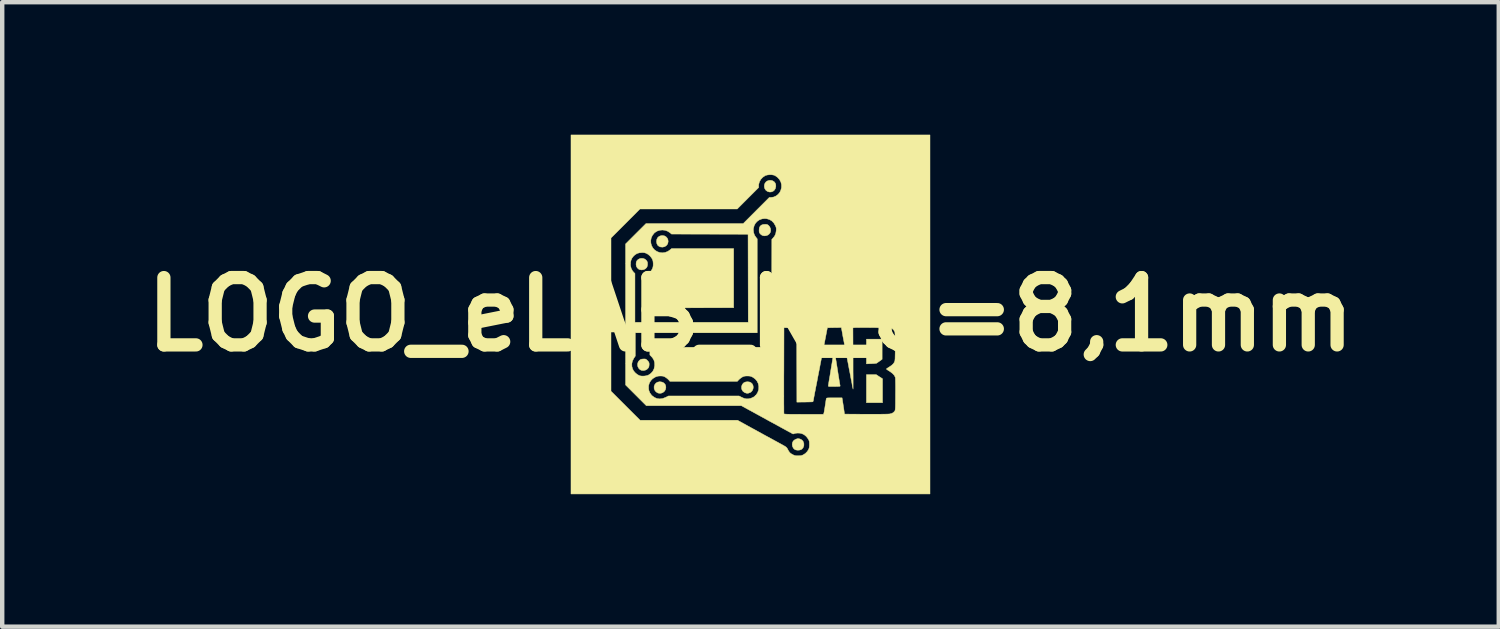
<source format=kicad_pcb>
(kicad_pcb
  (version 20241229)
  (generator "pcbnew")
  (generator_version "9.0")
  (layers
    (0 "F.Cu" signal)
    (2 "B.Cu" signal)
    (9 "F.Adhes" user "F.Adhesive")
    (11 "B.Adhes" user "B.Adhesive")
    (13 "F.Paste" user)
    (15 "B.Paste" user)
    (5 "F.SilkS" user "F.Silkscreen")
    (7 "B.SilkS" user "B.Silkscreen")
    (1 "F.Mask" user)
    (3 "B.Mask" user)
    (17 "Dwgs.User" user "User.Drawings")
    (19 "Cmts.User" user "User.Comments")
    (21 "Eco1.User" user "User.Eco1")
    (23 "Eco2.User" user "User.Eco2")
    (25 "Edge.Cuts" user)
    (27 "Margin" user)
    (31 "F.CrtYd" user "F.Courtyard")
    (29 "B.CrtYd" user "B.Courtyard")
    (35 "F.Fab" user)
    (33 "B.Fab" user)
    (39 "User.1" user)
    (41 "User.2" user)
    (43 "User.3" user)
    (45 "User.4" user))
  (footprint "LOGO_eLAB_N_c=8,1mm"
    (layer "F.Cu")
    (at 13.941 4.069)
    (property "Reference" "LOGO_eLAB_N_c=8,1mm" (at 0 0 0) (layer "F.SilkS") (effects (font (size 1.524 1.524) (thickness 0.3))))
    (attr through_hole)
    (fp_poly (pts (xy 2.918 1.41) (xy 2.989 1.456) (xy 2.989 1.998) (xy 2.625 1.998) (xy 2.625 1.363) (xy 2.847 1.363) (xy 2.918 1.41)) (stroke (width 0.01) (type solid)) (fill yes) (layer "F.SilkS"))
    (fp_poly (pts (xy 2.98 1.015) (xy 2.923 1.056) (xy 2.895 1.076) (xy 2.872 1.092) (xy 2.858 1.102) (xy 2.856 1.103) (xy 2.844 1.106) (xy 2.819 1.109) (xy 2.784 1.112) (xy 2.742 1.114) (xy 2.735 1.114) (xy 2.625 1.119) (xy 2.625 0.559) (xy 2.98 0.559) (xy 2.98 1.015)) (stroke (width 0.01) (type solid)) (fill yes) (layer "F.SilkS"))
    (fp_poly (pts (xy -2.001 1.531) (xy -1.962 1.551) (xy -1.933 1.582) (xy -1.918 1.621) (xy -1.916 1.661) (xy -1.927 1.706) (xy -1.951 1.742) (xy -1.985 1.769) (xy -2.024 1.783) (xy -2.068 1.785) (xy -2.104 1.775) (xy -2.142 1.749) (xy -2.168 1.714) (xy -2.182 1.674) (xy -2.182 1.63) (xy -2.169 1.592) (xy -2.141 1.555) (xy -2.105 1.533) (xy -2.059 1.524) (xy -2.049 1.524) (xy -2.001 1.531)) (stroke (width 0.01) (type solid)) (fill yes) (layer "F.SilkS"))
    (fp_poly (pts (xy -1.948 -1.779) (xy -1.912 -1.758) (xy -1.885 -1.728) (xy -1.868 -1.69) (xy -1.864 -1.649) (xy -1.873 -1.606) (xy -1.882 -1.588) (xy -1.91 -1.555) (xy -1.948 -1.533) (xy -1.991 -1.524) (xy -2.036 -1.528) (xy -2.066 -1.539) (xy -2.099 -1.564) (xy -2.119 -1.601) (xy -2.127 -1.649) (xy -2.127 -1.655) (xy -2.12 -1.703) (xy -2.1 -1.741) (xy -2.067 -1.769) (xy -2.024 -1.784) (xy -1.992 -1.786) (xy -1.948 -1.779)) (stroke (width 0.01) (type solid)) (fill yes) (layer "F.SilkS"))
    (fp_poly (pts (xy 0.504 -3.025) (xy 0.539 -3.002) (xy 0.561 -2.972) (xy 0.572 -2.94) (xy 0.574 -2.9) (xy 0.573 -2.897) (xy 0.563 -2.851) (xy 0.54 -2.813) (xy 0.508 -2.787) (xy 0.468 -2.773) (xy 0.425 -2.772) (xy 0.381 -2.787) (xy 0.347 -2.813) (xy 0.324 -2.848) (xy 0.313 -2.888) (xy 0.314 -2.93) (xy 0.327 -2.969) (xy 0.352 -3.002) (xy 0.377 -3.02) (xy 0.419 -3.035) (xy 0.462 -3.037) (xy 0.504 -3.025)) (stroke (width 0.01) (type solid)) (fill yes) (layer "F.SilkS"))
    (fp_poly (pts (xy -2.412 -1.263) (xy -2.374 -1.241) (xy -2.345 -1.209) (xy -2.332 -1.176) (xy -2.33 -1.135) (xy -2.336 -1.095) (xy -2.351 -1.061) (xy -2.352 -1.061) (xy -2.382 -1.032) (xy -2.421 -1.014) (xy -2.464 -1.008) (xy -2.506 -1.014) (xy -2.529 -1.024) (xy -2.564 -1.055) (xy -2.585 -1.094) (xy -2.591 -1.135) (xy -2.587 -1.18) (xy -2.574 -1.213) (xy -2.549 -1.24) (xy -2.541 -1.247) (xy -2.5 -1.266) (xy -2.456 -1.271) (xy -2.412 -1.263)) (stroke (width 0.01) (type solid)) (fill yes) (layer "F.SilkS"))
    (fp_poly (pts (xy -0.025 1.529) (xy 0.006 1.541) (xy 0.037 1.568) (xy 0.056 1.604) (xy 0.063 1.644) (xy 0.058 1.685) (xy 0.042 1.722) (xy 0.015 1.754) (xy -0.012 1.77) (xy -0.054 1.784) (xy -0.093 1.783) (xy -0.135 1.768) (xy -0.135 1.767) (xy -0.17 1.741) (xy -0.193 1.706) (xy -0.203 1.667) (xy -0.201 1.626) (xy -0.187 1.587) (xy -0.16 1.554) (xy -0.142 1.541) (xy -0.107 1.528) (xy -0.066 1.524) (xy -0.025 1.529)) (stroke (width 0.01) (type solid)) (fill yes) (layer "F.SilkS"))
    (fp_poly (pts (xy 1.12 2.819) (xy 1.158 2.838) (xy 1.187 2.866) (xy 1.193 2.878) (xy 1.209 2.925) (xy 1.208 2.971) (xy 1.192 3.015) (xy 1.165 3.048) (xy 1.138 3.063) (xy 1.102 3.072) (xy 1.062 3.073) (xy 1.025 3.067) (xy 1.002 3.057) (xy 0.972 3.029) (xy 0.953 2.992) (xy 0.944 2.95) (xy 0.948 2.908) (xy 0.965 2.871) (xy 0.965 2.87) (xy 0.992 2.844) (xy 1.028 2.824) (xy 1.065 2.812) (xy 1.08 2.811) (xy 1.12 2.819)) (stroke (width 0.01) (type solid)) (fill yes) (layer "F.SilkS"))
    (fp_poly (pts (xy 0.361 -2.039) (xy 0.382 -2.034) (xy 0.401 -2.022) (xy 0.407 -2.018) (xy 0.436 -1.983) (xy 0.453 -1.941) (xy 0.457 -1.897) (xy 0.45 -1.861) (xy 0.427 -1.825) (xy 0.394 -1.798) (xy 0.353 -1.783) (xy 0.309 -1.779) (xy 0.266 -1.79) (xy 0.244 -1.804) (xy 0.221 -1.824) (xy 0.218 -1.828) (xy 0.204 -1.847) (xy 0.197 -1.866) (xy 0.195 -1.893) (xy 0.195 -1.908) (xy 0.2 -1.958) (xy 0.217 -1.996) (xy 0.245 -2.022) (xy 0.286 -2.037) (xy 0.329 -2.04) (xy 0.361 -2.039)) (stroke (width 0.01) (type solid)) (fill yes) (layer "F.SilkS"))
    (fp_poly (pts (xy -2.39 1.008) (xy -2.371 1.012) (xy -2.354 1.023) (xy -2.334 1.042) (xy -2.331 1.046) (xy -2.311 1.068) (xy -2.3 1.086) (xy -2.295 1.105) (xy -2.294 1.133) (xy -2.294 1.133) (xy -2.297 1.17) (xy -2.305 1.196) (xy -2.314 1.211) (xy -2.344 1.242) (xy -2.383 1.262) (xy -2.426 1.27) (xy -2.468 1.265) (xy -2.499 1.251) (xy -2.53 1.22) (xy -2.55 1.182) (xy -2.557 1.141) (xy -2.552 1.099) (xy -2.534 1.061) (xy -2.504 1.03) (xy -2.496 1.024) (xy -2.465 1.012) (xy -2.424 1.008) (xy -2.418 1.008) (xy -2.39 1.008)) (stroke (width 0.01) (type solid)) (fill yes) (layer "F.SilkS"))
    (fp_poly (pts (xy 1.898 0.813) (xy 1.901 0.827) (xy 1.906 0.855) (xy 1.912 0.895) (xy 1.92 0.944) (xy 1.929 1) (xy 1.939 1.058) (xy 1.958 1.178) (xy 1.975 1.285) (xy 1.989 1.377) (xy 2.002 1.455) (xy 2.012 1.518) (xy 2.02 1.566) (xy 2.026 1.597) (xy 2.029 1.613) (xy 2.029 1.613) (xy 2.029 1.619) (xy 2.027 1.624) (xy 2.018 1.627) (xy 2.001 1.629) (xy 1.974 1.63) (xy 1.934 1.631) (xy 1.897 1.632) (xy 1.845 1.632) (xy 1.809 1.632) (xy 1.784 1.631) (xy 1.77 1.628) (xy 1.763 1.625) (xy 1.761 1.621) (xy 1.762 1.608) (xy 1.766 1.582) (xy 1.772 1.546) (xy 1.779 1.501) (xy 1.786 1.458) (xy 1.797 1.397) (xy 1.808 1.331) (xy 1.819 1.26) (xy 1.831 1.188) (xy 1.843 1.117) (xy 1.854 1.048) (xy 1.864 0.984) (xy 1.873 0.928) (xy 1.881 0.88) (xy 1.886 0.844) (xy 1.89 0.822) (xy 1.89 0.817) (xy 1.893 0.8) (xy 1.895 0.8) (xy 1.898 0.813)) (stroke (width 0.01) (type solid)) (fill yes) (layer "F.SilkS"))
    (fp_poly (pts (xy 4.064 4.064) (xy -4.064 4.064) (xy -4.064 -1.731) (xy -3.158 -1.731) (xy -3.158 1.737) (xy -2.828 2.067) (xy -2.498 2.396) (xy -0.292 2.396) (xy -0.144 2.477) (xy -0.002 2.556) (xy 0.154 2.641) (xy 0.319 2.732) (xy 0.494 2.827) (xy 0.675 2.926) (xy 0.724 2.953) (xy 0.763 2.975) (xy 0.79 2.991) (xy 0.808 3.005) (xy 0.822 3.019) (xy 0.833 3.035) (xy 0.844 3.056) (xy 0.867 3.097) (xy 0.889 3.127) (xy 0.916 3.15) (xy 0.952 3.171) (xy 0.96 3.175) (xy 0.989 3.189) (xy 1.015 3.196) (xy 1.044 3.2) (xy 1.079 3.2) (xy 1.12 3.199) (xy 1.152 3.194) (xy 1.181 3.184) (xy 1.19 3.18) (xy 1.243 3.147) (xy 1.287 3.101) (xy 1.314 3.058) (xy 1.324 3.034) (xy 1.33 3.009) (xy 1.333 2.977) (xy 1.334 2.942) (xy 1.333 2.904) (xy 1.331 2.878) (xy 1.326 2.858) (xy 1.316 2.837) (xy 1.304 2.816) (xy 1.264 2.763) (xy 1.216 2.723) (xy 1.168 2.7) (xy 1.121 2.688) (xy 1.068 2.685) (xy 1.019 2.69) (xy 0.997 2.696) (xy 0.965 2.707) (xy 0.755 2.593) (xy 0.688 2.556) (xy 0.613 2.515) (xy 0.537 2.473) (xy 0.462 2.433) (xy 0.395 2.396) (xy 0.364 2.379) (xy 0.301 2.344) (xy 0.228 2.304) (xy 0.151 2.262) (xy 0.075 2.22) (xy 0.006 2.182) (xy -0.012 2.173) (xy -0.206 2.066) (xy -2.358 2.066) (xy -2.593 1.831) (xy -2.761 1.663) (xy -2.309 1.663) (xy -2.3 1.722) (xy -2.277 1.777) (xy -2.24 1.828) (xy -2.23 1.838) (xy -2.175 1.879) (xy -2.117 1.904) (xy -2.055 1.912) (xy -1.991 1.904) (xy -1.924 1.879) (xy -1.92 1.877) (xy -1.858 1.846) (xy -0.258 1.846) (xy -0.197 1.877) (xy -0.141 1.901) (xy -0.091 1.911) (xy -0.042 1.91) (xy 0.013 1.897) (xy 0.014 1.896) (xy 0.073 1.869) (xy 0.121 1.828) (xy 0.158 1.777) (xy 0.17 1.745) (xy 0.755 1.745) (xy 0.755 1.847) (xy 0.755 1.94) (xy 0.755 2.022) (xy 0.756 2.094) (xy 0.756 2.153) (xy 0.756 2.2) (xy 0.757 2.232) (xy 0.757 2.248) (xy 0.757 2.25) (xy 0.762 2.252) (xy 0.774 2.255) (xy 0.794 2.256) (xy 0.824 2.258) (xy 0.866 2.259) (xy 0.919 2.26) (xy 0.985 2.26) (xy 1.065 2.26) (xy 1.161 2.261) (xy 1.206 2.261) (xy 1.651 2.261) (xy 1.659 2.242) (xy 1.663 2.227) (xy 1.669 2.199) (xy 1.675 2.161) (xy 1.683 2.115) (xy 1.689 2.074) (xy 1.697 2.025) (xy 1.704 1.98) (xy 1.709 1.943) (xy 1.714 1.918) (xy 1.716 1.907) (xy 1.718 1.901) (xy 1.722 1.896) (xy 1.729 1.893) (xy 1.743 1.89) (xy 1.766 1.889) (xy 1.799 1.888) (xy 1.844 1.888) (xy 1.897 1.888) (xy 2.073 1.888) (xy 2.083 1.946) (xy 2.087 1.976) (xy 2.094 2.018) (xy 2.101 2.066) (xy 2.109 2.117) (xy 2.111 2.13) (xy 2.129 2.256) (xy 2.612 2.259) (xy 2.716 2.259) (xy 2.812 2.259) (xy 2.899 2.259) (xy 2.975 2.258) (xy 3.04 2.257) (xy 3.091 2.256) (xy 3.128 2.254) (xy 3.149 2.253) (xy 3.149 2.253) (xy 3.194 2.242) (xy 3.228 2.225) (xy 3.256 2.199) (xy 3.263 2.19) (xy 3.268 2.183) (xy 3.271 2.176) (xy 3.274 2.166) (xy 3.276 2.152) (xy 3.278 2.131) (xy 3.28 2.104) (xy 3.281 2.067) (xy 3.282 2.019) (xy 3.282 1.959) (xy 3.283 1.885) (xy 3.283 1.809) (xy 3.284 1.71) (xy 3.284 1.624) (xy 3.283 1.553) (xy 3.282 1.496) (xy 3.281 1.454) (xy 3.279 1.429) (xy 3.277 1.422) (xy 3.257 1.381) (xy 3.221 1.34) (xy 3.168 1.299) (xy 3.142 1.282) (xy 3.113 1.264) (xy 3.09 1.248) (xy 3.078 1.237) (xy 3.076 1.234) (xy 3.083 1.228) (xy 3.102 1.214) (xy 3.129 1.197) (xy 3.149 1.184) (xy 3.197 1.151) (xy 3.23 1.12) (xy 3.253 1.088) (xy 3.268 1.052) (xy 3.268 1.051) (xy 3.27 1.033) (xy 3.273 1.002) (xy 3.274 0.958) (xy 3.275 0.905) (xy 3.276 0.845) (xy 3.277 0.78) (xy 3.277 0.714) (xy 3.276 0.648) (xy 3.276 0.585) (xy 3.275 0.526) (xy 3.273 0.476) (xy 3.271 0.436) (xy 3.269 0.408) (xy 3.267 0.397) (xy 3.244 0.355) (xy 3.208 0.321) (xy 3.196 0.315) (xy 3.189 0.311) (xy 3.178 0.309) (xy 3.163 0.306) (xy 3.142 0.304) (xy 3.114 0.303) (xy 3.077 0.302) (xy 3.029 0.3) (xy 2.97 0.3) (xy 2.897 0.299) (xy 2.809 0.298) (xy 2.765 0.298) (xy 2.683 0.297) (xy 2.606 0.297) (xy 2.535 0.297) (xy 2.473 0.297) (xy 2.42 0.298) (xy 2.379 0.298) (xy 2.352 0.299) (xy 2.339 0.3) (xy 2.319 0.305) (xy 2.322 0.999) (xy 2.322 1.105) (xy 2.322 1.207) (xy 2.322 1.302) (xy 2.323 1.39) (xy 2.323 1.469) (xy 2.323 1.538) (xy 2.323 1.595) (xy 2.323 1.641) (xy 2.323 1.672) (xy 2.322 1.688) (xy 2.322 1.69) (xy 2.32 1.682) (xy 2.316 1.66) (xy 2.31 1.631) (xy 2.308 1.621) (xy 2.304 1.603) (xy 2.3 1.582) (xy 2.296 1.556) (xy 2.29 1.525) (xy 2.282 1.486) (xy 2.273 1.439) (xy 2.263 1.383) (xy 2.25 1.316) (xy 2.234 1.236) (xy 2.217 1.143) (xy 2.196 1.034) (xy 2.188 0.995) (xy 2.175 0.927) (xy 2.161 0.854) (xy 2.147 0.781) (xy 2.134 0.713) (xy 2.123 0.656) (xy 2.121 0.643) (xy 2.111 0.591) (xy 2.101 0.54) (xy 2.092 0.494) (xy 2.086 0.458) (xy 2.083 0.44) (xy 2.076 0.402) (xy 2.069 0.363) (xy 2.065 0.341) (xy 2.056 0.296) (xy 1.898 0.298) (xy 1.741 0.301) (xy 1.721 0.402) (xy 1.704 0.493) (xy 1.685 0.589) (xy 1.666 0.688) (xy 1.647 0.785) (xy 1.629 0.877) (xy 1.613 0.958) (xy 1.604 1.003) (xy 1.594 1.056) (xy 1.581 1.12) (xy 1.568 1.191) (xy 1.554 1.264) (xy 1.54 1.333) (xy 1.537 1.35) (xy 1.523 1.42) (xy 1.509 1.497) (xy 1.494 1.575) (xy 1.479 1.649) (xy 1.467 1.713) (xy 1.465 1.723) (xy 1.454 1.777) (xy 1.445 1.829) (xy 1.436 1.874) (xy 1.43 1.909) (xy 1.426 1.932) (xy 1.426 1.933) (xy 1.421 1.958) (xy 1.414 1.974) (xy 1.411 1.977) (xy 1.4 1.979) (xy 1.374 1.98) (xy 1.338 1.981) (xy 1.292 1.982) (xy 1.24 1.983) (xy 1.226 1.983) (xy 1.05 1.985) (xy 1.048 1.143) (xy 1.046 0.301) (xy 0.758 0.301) (xy 0.756 1.27) (xy 0.755 1.397) (xy 0.755 1.519) (xy 0.755 1.635) (xy 0.755 1.745) (xy 0.17 1.745) (xy 0.181 1.715) (xy 0.186 1.691) (xy 0.188 1.626) (xy 0.175 1.564) (xy 0.147 1.508) (xy 0.106 1.46) (xy 0.053 1.422) (xy 0.045 1.418) (xy 0.017 1.405) (xy -0.009 1.397) (xy -0.037 1.394) (xy -0.072 1.393) (xy -0.11 1.394) (xy -0.139 1.398) (xy -0.164 1.407) (xy -0.184 1.416) (xy -0.216 1.437) (xy -0.249 1.463) (xy -0.264 1.478) (xy -0.3 1.516) (xy -1.822 1.516) (xy -1.854 1.479) (xy -1.881 1.454) (xy -1.914 1.429) (xy -1.932 1.418) (xy -1.958 1.404) (xy -1.982 1.397) (xy -2.009 1.394) (xy -2.041 1.393) (xy -2.081 1.395) (xy -2.113 1.401) (xy -2.146 1.413) (xy -2.16 1.42) (xy -2.215 1.454) (xy -2.257 1.498) (xy -2.288 1.549) (xy -2.305 1.605) (xy -2.309 1.663) (xy -2.761 1.663) (xy -2.828 1.596) (xy -2.828 1.114) (xy -2.687 1.114) (xy -2.685 1.178) (xy -2.668 1.236) (xy -2.645 1.279) (xy -2.609 1.321) (xy -2.566 1.357) (xy -2.52 1.383) (xy -2.51 1.387) (xy -2.477 1.394) (xy -2.434 1.396) (xy -2.388 1.393) (xy -2.346 1.385) (xy -2.312 1.373) (xy -2.311 1.373) (xy -2.255 1.335) (xy -2.212 1.288) (xy -2.184 1.232) (xy -2.17 1.167) (xy -2.169 1.154) (xy -2.171 1.091) (xy -2.185 1.038) (xy -2.212 0.99) (xy -2.237 0.96) (xy -2.278 0.917) (xy -2.278 0.745) (xy 0.478 0.741) (xy 0.481 -0.48) (xy 0.483 -1.701) (xy 0.506 -1.724) (xy 0.546 -1.774) (xy 0.571 -1.829) (xy 0.582 -1.892) (xy 0.582 -1.897) (xy 0.584 -1.933) (xy 0.582 -1.96) (xy 0.575 -1.984) (xy 0.565 -2.009) (xy 0.529 -2.07) (xy 0.484 -2.117) (xy 0.43 -2.149) (xy 0.369 -2.167) (xy 0.325 -2.171) (xy 0.261 -2.164) (xy 0.202 -2.142) (xy 0.152 -2.108) (xy 0.111 -2.063) (xy 0.083 -2.009) (xy 0.067 -1.947) (xy 0.065 -1.914) (xy 0.072 -1.85) (xy 0.092 -1.794) (xy 0.123 -1.748) (xy 0.152 -1.712) (xy 0.152 0.415) (xy -2.608 0.415) (xy -2.608 0.942) (xy -2.641 0.992) (xy -2.672 1.052) (xy -2.687 1.114) (xy -2.828 1.114) (xy -2.828 -1.159) (xy -2.717 -1.159) (xy -2.715 -1.099) (xy -2.7 -1.04) (xy -2.672 -0.988) (xy -2.645 -0.955) (xy -2.616 -0.928) (xy -2.616 0.178) (xy -0.051 0.178) (xy -0.053 -0.819) (xy -0.055 -1.816) (xy -0.921 -1.818) (xy -1.788 -1.82) (xy -1.822 -1.85) (xy -1.875 -1.884) (xy -1.933 -1.905) (xy -1.995 -1.912) (xy -2.056 -1.906) (xy -2.114 -1.887) (xy -2.166 -1.854) (xy -2.181 -1.84) (xy -2.221 -1.789) (xy -2.247 -1.733) (xy -2.258 -1.674) (xy -2.255 -1.614) (xy -2.239 -1.557) (xy -2.21 -1.504) (xy -2.169 -1.459) (xy -2.118 -1.425) (xy -2.057 -1.402) (xy -1.993 -1.395) (xy -1.93 -1.404) (xy -1.87 -1.428) (xy -1.819 -1.464) (xy -1.788 -1.49) (xy -0.381 -1.49) (xy -0.381 -0.152) (xy -1.262 -0.151) (xy -1.384 -0.15) (xy -1.502 -0.15) (xy -1.616 -0.15) (xy -1.723 -0.15) (xy -1.823 -0.149) (xy -1.914 -0.149) (xy -1.996 -0.149) (xy -2.066 -0.149) (xy -2.124 -0.149) (xy -2.169 -0.148) (xy -2.198 -0.148) (xy -2.21 -0.148) (xy -2.278 -0.148) (xy -2.278 -0.548) (xy -2.277 -0.947) (xy -2.248 -0.99) (xy -2.223 -1.032) (xy -2.209 -1.07) (xy -2.203 -1.111) (xy -2.203 -1.16) (xy -2.207 -1.201) (xy -2.214 -1.232) (xy -2.227 -1.259) (xy -2.229 -1.264) (xy -2.269 -1.318) (xy -2.317 -1.36) (xy -2.348 -1.378) (xy -2.375 -1.39) (xy -2.4 -1.397) (xy -2.431 -1.4) (xy -2.46 -1.4) (xy -2.519 -1.395) (xy -2.57 -1.379) (xy -2.617 -1.349) (xy -2.648 -1.321) (xy -2.684 -1.274) (xy -2.707 -1.219) (xy -2.717 -1.159) (xy -2.828 -1.159) (xy -2.828 -1.596) (xy -2.597 -1.827) (xy -2.366 -2.057) (xy -1.265 -2.057) (xy -0.165 -2.057) (xy 0.131 -2.354) (xy 0.427 -2.65) (xy 0.47 -2.65) (xy 0.523 -2.658) (xy 0.575 -2.681) (xy 0.622 -2.715) (xy 0.66 -2.759) (xy 0.685 -2.808) (xy 0.702 -2.874) (xy 0.702 -2.938) (xy 0.687 -2.999) (xy 0.656 -3.055) (xy 0.612 -3.104) (xy 0.555 -3.144) (xy 0.55 -3.146) (xy 0.518 -3.157) (xy 0.475 -3.163) (xy 0.428 -3.163) (xy 0.383 -3.158) (xy 0.344 -3.148) (xy 0.332 -3.143) (xy 0.278 -3.106) (xy 0.235 -3.06) (xy 0.204 -3.006) (xy 0.187 -2.949) (xy 0.185 -2.919) (xy 0.185 -2.874) (xy -0.058 -2.631) (xy -0.3 -2.388) (xy -1.401 -2.388) (xy -2.502 -2.388) (xy -2.83 -2.059) (xy -3.158 -1.731) (xy -4.064 -1.731) (xy -4.064 -4.064) (xy 4.064 -4.064) (xy 4.064 4.064)) (stroke (width 0.01) (type solid)) (fill yes) (layer "F.SilkS")))
  (gr_rect
    (start -3 -3)
    (end 30.882 11.138)
    (stroke (width 0.1) (type default))
    (fill no)
    (layer "Edge.Cuts")))
</source>
